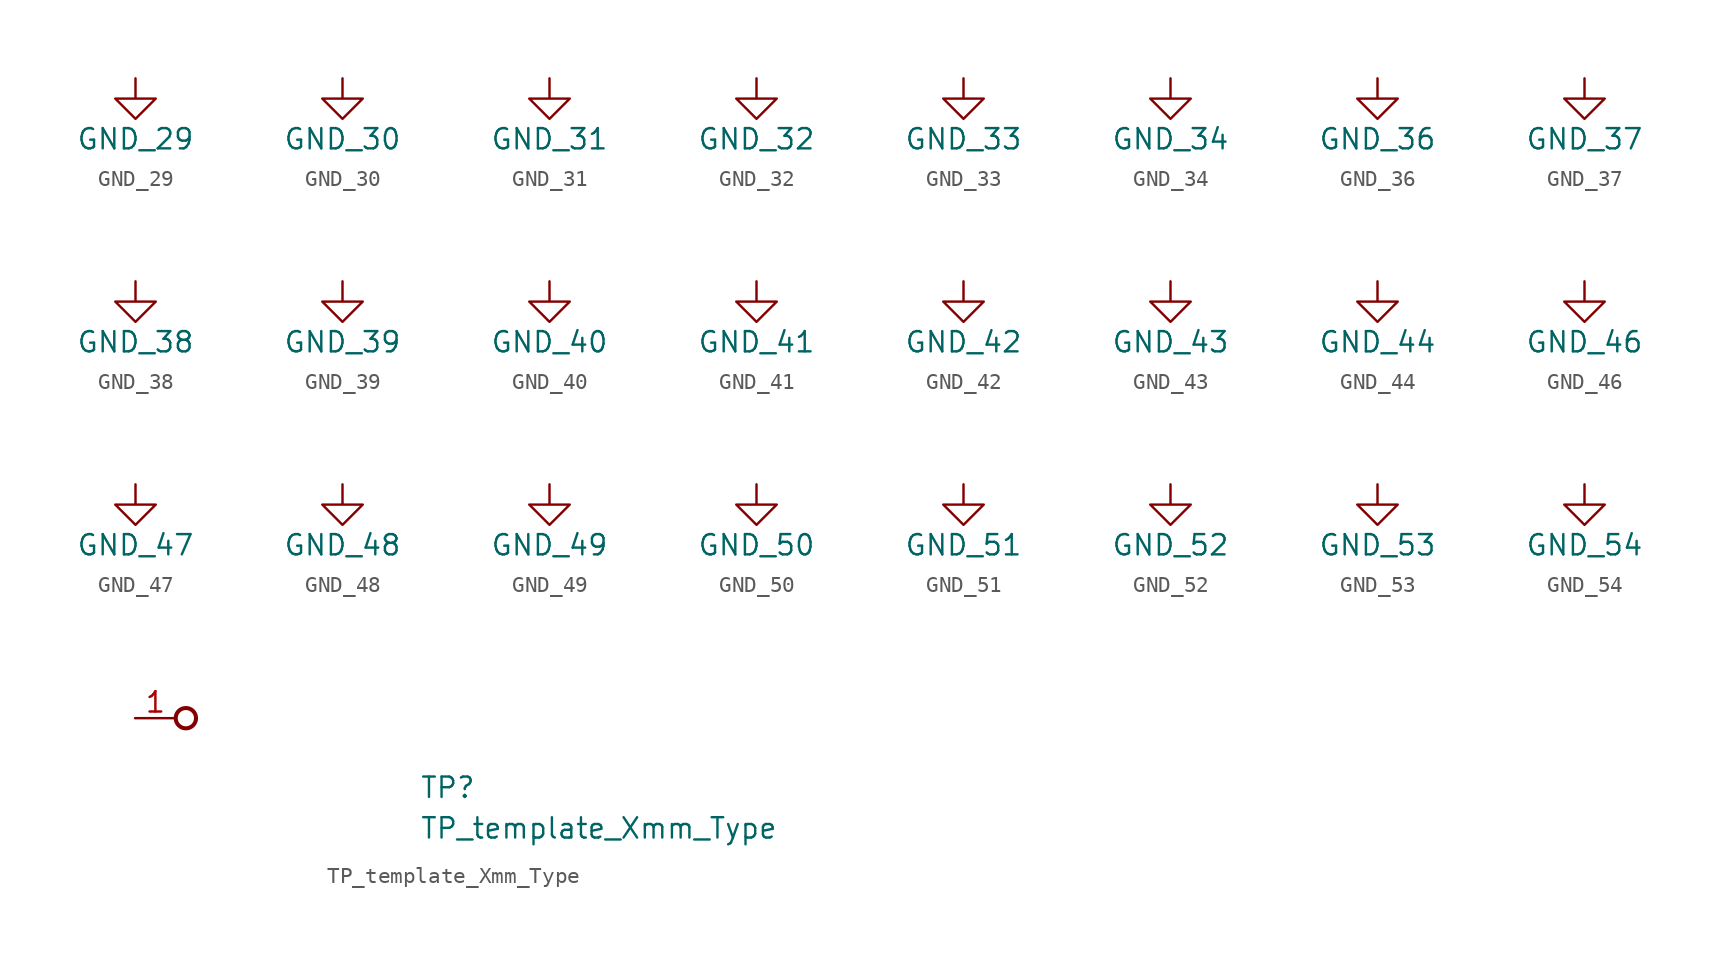
<source format=kicad_sym>
(kicad_symbol_lib
  (version 20211014)
  (generator kicad_symbol_editor)
  (symbol "data-center-rdimm-ddr4-tester:GND_29"
    (power)
    (pin_names
      (offset 0))
    (property "Reference" "#PWR"
      (at 0 -6.35 0)
      (effects (font (size 1.27 1.27)) hide))
    (property "Value" "GND_29"
      (at 0 -3.81 0)
      (effects (font (size 1.27 1.27))))
    (symbol "GND_29_0_1"
      (polyline (pts (xy 0 0) (xy 0 -1.27) (xy 1.27 -1.27) (xy 0 -2.54) (xy -1.27 -1.27) (xy 0 -1.27)) (stroke (width 0) (type default)) (fill (type none))))
    (symbol "GND_29_1_1"
      (pin power_in line (at 0 0 270) (length 0) hide (name "GND" (effects (font (size 1.27 1.27)))) (number "1" (effects (font (size 1.27 1.27)))))))
  (symbol "data-center-rdimm-ddr4-tester:GND_30"
    (power)
    (pin_names
      (offset 0))
    (property "Reference" "#PWR"
      (at 0 -6.35 0)
      (effects (font (size 1.27 1.27)) hide))
    (property "Value" "GND_30"
      (at 0 -3.81 0)
      (effects (font (size 1.27 1.27))))
    (symbol "GND_30_0_1"
      (polyline (pts (xy 0 0) (xy 0 -1.27) (xy 1.27 -1.27) (xy 0 -2.54) (xy -1.27 -1.27) (xy 0 -1.27)) (stroke (width 0) (type default)) (fill (type none))))
    (symbol "GND_30_1_1"
      (pin power_in line (at 0 0 270) (length 0) hide (name "GND" (effects (font (size 1.27 1.27)))) (number "1" (effects (font (size 1.27 1.27)))))))
  (symbol "data-center-rdimm-ddr4-tester:GND_31"
    (power)
    (pin_names
      (offset 0))
    (property "Reference" "#PWR"
      (at 0 -6.35 0)
      (effects (font (size 1.27 1.27)) hide))
    (property "Value" "GND_31"
      (at 0 -3.81 0)
      (effects (font (size 1.27 1.27))))
    (symbol "GND_31_0_1"
      (polyline (pts (xy 0 0) (xy 0 -1.27) (xy 1.27 -1.27) (xy 0 -2.54) (xy -1.27 -1.27) (xy 0 -1.27)) (stroke (width 0) (type default)) (fill (type none))))
    (symbol "GND_31_1_1"
      (pin power_in line (at 0 0 270) (length 0) hide (name "GND" (effects (font (size 1.27 1.27)))) (number "1" (effects (font (size 1.27 1.27)))))))
  (symbol "data-center-rdimm-ddr4-tester:GND_32"
    (power)
    (pin_names
      (offset 0))
    (property "Reference" "#PWR"
      (at 0 -6.35 0)
      (effects (font (size 1.27 1.27)) hide))
    (property "Value" "GND_32"
      (at 0 -3.81 0)
      (effects (font (size 1.27 1.27))))
    (symbol "GND_32_0_1"
      (polyline (pts (xy 0 0) (xy 0 -1.27) (xy 1.27 -1.27) (xy 0 -2.54) (xy -1.27 -1.27) (xy 0 -1.27)) (stroke (width 0) (type default)) (fill (type none))))
    (symbol "GND_32_1_1"
      (pin power_in line (at 0 0 270) (length 0) hide (name "GND" (effects (font (size 1.27 1.27)))) (number "1" (effects (font (size 1.27 1.27)))))))
  (symbol "data-center-rdimm-ddr4-tester:GND_33"
    (power)
    (pin_names
      (offset 0))
    (property "Reference" "#PWR"
      (at 0 -6.35 0)
      (effects (font (size 1.27 1.27)) hide))
    (property "Value" "GND_33"
      (at 0 -3.81 0)
      (effects (font (size 1.27 1.27))))
    (symbol "GND_33_0_1"
      (polyline (pts (xy 0 0) (xy 0 -1.27) (xy 1.27 -1.27) (xy 0 -2.54) (xy -1.27 -1.27) (xy 0 -1.27)) (stroke (width 0) (type default)) (fill (type none))))
    (symbol "GND_33_1_1"
      (pin power_in line (at 0 0 270) (length 0) hide (name "GND" (effects (font (size 1.27 1.27)))) (number "1" (effects (font (size 1.27 1.27)))))))
  (symbol "data-center-rdimm-ddr4-tester:GND_34"
    (power)
    (pin_names
      (offset 0))
    (property "Reference" "#PWR"
      (at 0 -6.35 0)
      (effects (font (size 1.27 1.27)) hide))
    (property "Value" "GND_34"
      (at 0 -3.81 0)
      (effects (font (size 1.27 1.27))))
    (symbol "GND_34_0_1"
      (polyline (pts (xy 0 0) (xy 0 -1.27) (xy 1.27 -1.27) (xy 0 -2.54) (xy -1.27 -1.27) (xy 0 -1.27)) (stroke (width 0) (type default)) (fill (type none))))
    (symbol "GND_34_1_1"
      (pin power_in line (at 0 0 270) (length 0) hide (name "GND" (effects (font (size 1.27 1.27)))) (number "1" (effects (font (size 1.27 1.27)))))))
  (symbol "data-center-rdimm-ddr4-tester:GND_36"
    (power)
    (pin_names
      (offset 0))
    (property "Reference" "#PWR"
      (at 0 -6.35 0)
      (effects (font (size 1.27 1.27)) hide))
    (property "Value" "GND_36"
      (at 0 -3.81 0)
      (effects (font (size 1.27 1.27))))
    (symbol "GND_36_0_1"
      (polyline (pts (xy 0 0) (xy 0 -1.27) (xy 1.27 -1.27) (xy 0 -2.54) (xy -1.27 -1.27) (xy 0 -1.27)) (stroke (width 0) (type default)) (fill (type none))))
    (symbol "GND_36_1_1"
      (pin power_in line (at 0 0 270) (length 0) hide (name "GND" (effects (font (size 1.27 1.27)))) (number "1" (effects (font (size 1.27 1.27)))))))
  (symbol "data-center-rdimm-ddr4-tester:GND_37"
    (power)
    (pin_names
      (offset 0))
    (property "Reference" "#PWR"
      (at 0 -6.35 0)
      (effects (font (size 1.27 1.27)) hide))
    (property "Value" "GND_37"
      (at 0 -3.81 0)
      (effects (font (size 1.27 1.27))))
    (symbol "GND_37_0_1"
      (polyline (pts (xy 0 0) (xy 0 -1.27) (xy 1.27 -1.27) (xy 0 -2.54) (xy -1.27 -1.27) (xy 0 -1.27)) (stroke (width 0) (type default)) (fill (type none))))
    (symbol "GND_37_1_1"
      (pin power_in line (at 0 0 270) (length 0) hide (name "GND" (effects (font (size 1.27 1.27)))) (number "1" (effects (font (size 1.27 1.27)))))))
  (symbol "data-center-rdimm-ddr4-tester:GND_38"
    (power)
    (pin_names
      (offset 0))
    (property "Reference" "#PWR"
      (at 0 -6.35 0)
      (effects (font (size 1.27 1.27)) hide))
    (property "Value" "GND_38"
      (at 0 -3.81 0)
      (effects (font (size 1.27 1.27))))
    (symbol "GND_38_0_1"
      (polyline (pts (xy 0 0) (xy 0 -1.27) (xy 1.27 -1.27) (xy 0 -2.54) (xy -1.27 -1.27) (xy 0 -1.27)) (stroke (width 0) (type default)) (fill (type none))))
    (symbol "GND_38_1_1"
      (pin power_in line (at 0 0 270) (length 0) hide (name "GND" (effects (font (size 1.27 1.27)))) (number "1" (effects (font (size 1.27 1.27)))))))
  (symbol "data-center-rdimm-ddr4-tester:GND_39"
    (power)
    (pin_names
      (offset 0))
    (property "Reference" "#PWR"
      (at 0 -6.35 0)
      (effects (font (size 1.27 1.27)) hide))
    (property "Value" "GND_39"
      (at 0 -3.81 0)
      (effects (font (size 1.27 1.27))))
    (symbol "GND_39_0_1"
      (polyline (pts (xy 0 0) (xy 0 -1.27) (xy 1.27 -1.27) (xy 0 -2.54) (xy -1.27 -1.27) (xy 0 -1.27)) (stroke (width 0) (type default)) (fill (type none))))
    (symbol "GND_39_1_1"
      (pin power_in line (at 0 0 270) (length 0) hide (name "GND" (effects (font (size 1.27 1.27)))) (number "1" (effects (font (size 1.27 1.27)))))))
  (symbol "data-center-rdimm-ddr4-tester:GND_40"
    (power)
    (pin_names
      (offset 0))
    (property "Reference" "#PWR"
      (at 0 -6.35 0)
      (effects (font (size 1.27 1.27)) hide))
    (property "Value" "GND_40"
      (at 0 -3.81 0)
      (effects (font (size 1.27 1.27))))
    (symbol "GND_40_0_1"
      (polyline (pts (xy 0 0) (xy 0 -1.27) (xy 1.27 -1.27) (xy 0 -2.54) (xy -1.27 -1.27) (xy 0 -1.27)) (stroke (width 0) (type default)) (fill (type none))))
    (symbol "GND_40_1_1"
      (pin power_in line (at 0 0 270) (length 0) hide (name "GND" (effects (font (size 1.27 1.27)))) (number "1" (effects (font (size 1.27 1.27)))))))
  (symbol "data-center-rdimm-ddr4-tester:GND_41"
    (power)
    (pin_names
      (offset 0))
    (property "Reference" "#PWR"
      (at 0 -6.35 0)
      (effects (font (size 1.27 1.27)) hide))
    (property "Value" "GND_41"
      (at 0 -3.81 0)
      (effects (font (size 1.27 1.27))))
    (symbol "GND_41_0_1"
      (polyline (pts (xy 0 0) (xy 0 -1.27) (xy 1.27 -1.27) (xy 0 -2.54) (xy -1.27 -1.27) (xy 0 -1.27)) (stroke (width 0) (type default)) (fill (type none))))
    (symbol "GND_41_1_1"
      (pin power_in line (at 0 0 270) (length 0) hide (name "GND" (effects (font (size 1.27 1.27)))) (number "1" (effects (font (size 1.27 1.27)))))))
  (symbol "data-center-rdimm-ddr4-tester:GND_42"
    (power)
    (pin_names
      (offset 0))
    (property "Reference" "#PWR"
      (at 0 -6.35 0)
      (effects (font (size 1.27 1.27)) hide))
    (property "Value" "GND_42"
      (at 0 -3.81 0)
      (effects (font (size 1.27 1.27))))
    (symbol "GND_42_0_1"
      (polyline (pts (xy 0 0) (xy 0 -1.27) (xy 1.27 -1.27) (xy 0 -2.54) (xy -1.27 -1.27) (xy 0 -1.27)) (stroke (width 0) (type default)) (fill (type none))))
    (symbol "GND_42_1_1"
      (pin power_in line (at 0 0 270) (length 0) hide (name "GND" (effects (font (size 1.27 1.27)))) (number "1" (effects (font (size 1.27 1.27)))))))
  (symbol "data-center-rdimm-ddr4-tester:GND_43"
    (power)
    (pin_names
      (offset 0))
    (property "Reference" "#PWR"
      (at 0 -6.35 0)
      (effects (font (size 1.27 1.27)) hide))
    (property "Value" "GND_43"
      (at 0 -3.81 0)
      (effects (font (size 1.27 1.27))))
    (symbol "GND_43_0_1"
      (polyline (pts (xy 0 0) (xy 0 -1.27) (xy 1.27 -1.27) (xy 0 -2.54) (xy -1.27 -1.27) (xy 0 -1.27)) (stroke (width 0) (type default)) (fill (type none))))
    (symbol "GND_43_1_1"
      (pin power_in line (at 0 0 270) (length 0) hide (name "GND" (effects (font (size 1.27 1.27)))) (number "1" (effects (font (size 1.27 1.27)))))))
  (symbol "data-center-rdimm-ddr4-tester:GND_44"
    (power)
    (pin_names
      (offset 0))
    (property "Reference" "#PWR"
      (at 0 -6.35 0)
      (effects (font (size 1.27 1.27)) hide))
    (property "Value" "GND_44"
      (at 0 -3.81 0)
      (effects (font (size 1.27 1.27))))
    (symbol "GND_44_0_1"
      (polyline (pts (xy 0 0) (xy 0 -1.27) (xy 1.27 -1.27) (xy 0 -2.54) (xy -1.27 -1.27) (xy 0 -1.27)) (stroke (width 0) (type default)) (fill (type none))))
    (symbol "GND_44_1_1"
      (pin power_in line (at 0 0 270) (length 0) hide (name "GND" (effects (font (size 1.27 1.27)))) (number "1" (effects (font (size 1.27 1.27)))))))
  (symbol "data-center-rdimm-ddr4-tester:GND_46"
    (power)
    (pin_names
      (offset 0))
    (property "Reference" "#PWR"
      (at 0 -6.35 0)
      (effects (font (size 1.27 1.27)) hide))
    (property "Value" "GND_46"
      (at 0 -3.81 0)
      (effects (font (size 1.27 1.27))))
    (symbol "GND_46_0_1"
      (polyline (pts (xy 0 0) (xy 0 -1.27) (xy 1.27 -1.27) (xy 0 -2.54) (xy -1.27 -1.27) (xy 0 -1.27)) (stroke (width 0) (type default)) (fill (type none))))
    (symbol "GND_46_1_1"
      (pin power_in line (at 0 0 270) (length 0) hide (name "GND" (effects (font (size 1.27 1.27)))) (number "1" (effects (font (size 1.27 1.27)))))))
  (symbol "data-center-rdimm-ddr4-tester:GND_47"
    (power)
    (pin_names
      (offset 0))
    (property "Reference" "#PWR"
      (at 0 -6.35 0)
      (effects (font (size 1.27 1.27)) hide))
    (property "Value" "GND_47"
      (at 0 -3.81 0)
      (effects (font (size 1.27 1.27))))
    (symbol "GND_47_0_1"
      (polyline (pts (xy 0 0) (xy 0 -1.27) (xy 1.27 -1.27) (xy 0 -2.54) (xy -1.27 -1.27) (xy 0 -1.27)) (stroke (width 0) (type default)) (fill (type none))))
    (symbol "GND_47_1_1"
      (pin power_in line (at 0 0 270) (length 0) hide (name "GND" (effects (font (size 1.27 1.27)))) (number "1" (effects (font (size 1.27 1.27)))))))
  (symbol "data-center-rdimm-ddr4-tester:GND_48"
    (power)
    (pin_names
      (offset 0))
    (property "Reference" "#PWR"
      (at 0 -6.35 0)
      (effects (font (size 1.27 1.27)) hide))
    (property "Value" "GND_48"
      (at 0 -3.81 0)
      (effects (font (size 1.27 1.27))))
    (symbol "GND_48_0_1"
      (polyline (pts (xy 0 0) (xy 0 -1.27) (xy 1.27 -1.27) (xy 0 -2.54) (xy -1.27 -1.27) (xy 0 -1.27)) (stroke (width 0) (type default)) (fill (type none))))
    (symbol "GND_48_1_1"
      (pin power_in line (at 0 0 270) (length 0) hide (name "GND" (effects (font (size 1.27 1.27)))) (number "1" (effects (font (size 1.27 1.27)))))))
  (symbol "data-center-rdimm-ddr4-tester:GND_49"
    (power)
    (pin_names
      (offset 0))
    (property "Reference" "#PWR"
      (at 0 -6.35 0)
      (effects (font (size 1.27 1.27)) hide))
    (property "Value" "GND_49"
      (at 0 -3.81 0)
      (effects (font (size 1.27 1.27))))
    (symbol "GND_49_0_1"
      (polyline (pts (xy 0 0) (xy 0 -1.27) (xy 1.27 -1.27) (xy 0 -2.54) (xy -1.27 -1.27) (xy 0 -1.27)) (stroke (width 0) (type default)) (fill (type none))))
    (symbol "GND_49_1_1"
      (pin power_in line (at 0 0 270) (length 0) hide (name "GND" (effects (font (size 1.27 1.27)))) (number "1" (effects (font (size 1.27 1.27)))))))
  (symbol "data-center-rdimm-ddr4-tester:GND_50"
    (power)
    (pin_names
      (offset 0))
    (property "Reference" "#PWR"
      (at 0 -6.35 0)
      (effects (font (size 1.27 1.27)) hide))
    (property "Value" "GND_50"
      (at 0 -3.81 0)
      (effects (font (size 1.27 1.27))))
    (symbol "GND_50_0_1"
      (polyline (pts (xy 0 0) (xy 0 -1.27) (xy 1.27 -1.27) (xy 0 -2.54) (xy -1.27 -1.27) (xy 0 -1.27)) (stroke (width 0) (type default)) (fill (type none))))
    (symbol "GND_50_1_1"
      (pin power_in line (at 0 0 270) (length 0) hide (name "GND" (effects (font (size 1.27 1.27)))) (number "1" (effects (font (size 1.27 1.27)))))))
  (symbol "data-center-rdimm-ddr4-tester:GND_51"
    (power)
    (pin_names
      (offset 0))
    (property "Reference" "#PWR"
      (at 0 -6.35 0)
      (effects (font (size 1.27 1.27)) hide))
    (property "Value" "GND_51"
      (at 0 -3.81 0)
      (effects (font (size 1.27 1.27))))
    (symbol "GND_51_0_1"
      (polyline (pts (xy 0 0) (xy 0 -1.27) (xy 1.27 -1.27) (xy 0 -2.54) (xy -1.27 -1.27) (xy 0 -1.27)) (stroke (width 0) (type default)) (fill (type none))))
    (symbol "GND_51_1_1"
      (pin power_in line (at 0 0 270) (length 0) hide (name "GND" (effects (font (size 1.27 1.27)))) (number "1" (effects (font (size 1.27 1.27)))))))
  (symbol "data-center-rdimm-ddr4-tester:GND_52"
    (power)
    (pin_names
      (offset 0))
    (property "Reference" "#PWR"
      (at 0 -6.35 0)
      (effects (font (size 1.27 1.27)) hide))
    (property "Value" "GND_52"
      (at 0 -3.81 0)
      (effects (font (size 1.27 1.27))))
    (symbol "GND_52_0_1"
      (polyline (pts (xy 0 0) (xy 0 -1.27) (xy 1.27 -1.27) (xy 0 -2.54) (xy -1.27 -1.27) (xy 0 -1.27)) (stroke (width 0) (type default)) (fill (type none))))
    (symbol "GND_52_1_1"
      (pin power_in line (at 0 0 270) (length 0) hide (name "GND" (effects (font (size 1.27 1.27)))) (number "1" (effects (font (size 1.27 1.27)))))))
  (symbol "data-center-rdimm-ddr4-tester:GND_53"
    (power)
    (pin_names
      (offset 0))
    (property "Reference" "#PWR"
      (at 0 -6.35 0)
      (effects (font (size 1.27 1.27)) hide))
    (property "Value" "GND_53"
      (at 0 -3.81 0)
      (effects (font (size 1.27 1.27))))
    (symbol "GND_53_0_1"
      (polyline (pts (xy 0 0) (xy 0 -1.27) (xy 1.27 -1.27) (xy 0 -2.54) (xy -1.27 -1.27) (xy 0 -1.27)) (stroke (width 0) (type default)) (fill (type none))))
    (symbol "GND_53_1_1"
      (pin power_in line (at 0 0 270) (length 0) hide (name "GND" (effects (font (size 1.27 1.27)))) (number "1" (effects (font (size 1.27 1.27)))))))
  (symbol "data-center-rdimm-ddr4-tester:GND_54"
    (power)
    (pin_names
      (offset 0))
    (property "Reference" "#PWR"
      (at 0 -6.35 0)
      (effects (font (size 1.27 1.27)) hide))
    (property "Value" "GND_54"
      (at 0 -3.81 0)
      (effects (font (size 1.27 1.27))))
    (symbol "GND_54_0_1"
      (polyline (pts (xy 0 0) (xy 0 -1.27) (xy 1.27 -1.27) (xy 0 -2.54) (xy -1.27 -1.27) (xy 0 -1.27)) (stroke (width 0) (type default)) (fill (type none))))
    (symbol "GND_54_1_1"
      (pin power_in line (at 0 0 270) (length 0) hide (name "GND" (effects (font (size 1.27 1.27)))) (number "1" (effects (font (size 1.27 1.27)))))))
  (symbol "TP_template_Xmm_Type"
    (pin_names hide)
    (property "Reference" "TP"
      (at 17.78 -5.08 0)
      (effects (font (size 1.27 1.27) (thickness 0.15)) (justify left bottom)))
    (property "Value" "TP_template_Xmm_Type"
      (at 17.78 -7.62 0)
      (effects (font (size 1.27 1.27) (thickness 0.15)) (justify left bottom)))
    (symbol "TP_template_Xmm_Type_1_1"
      (circle (center 3.175 0) (radius 0.635) (stroke (width 0.254) (type default) (color 0 0 0 0)) (fill (type none)))
      (pin passive line (at 0 0 0) (length 2.54) (name "1" (effects (font (size 1.27 1.27)))) (number "1" (effects (font (size 1.27 1.27))))))))
</source>
